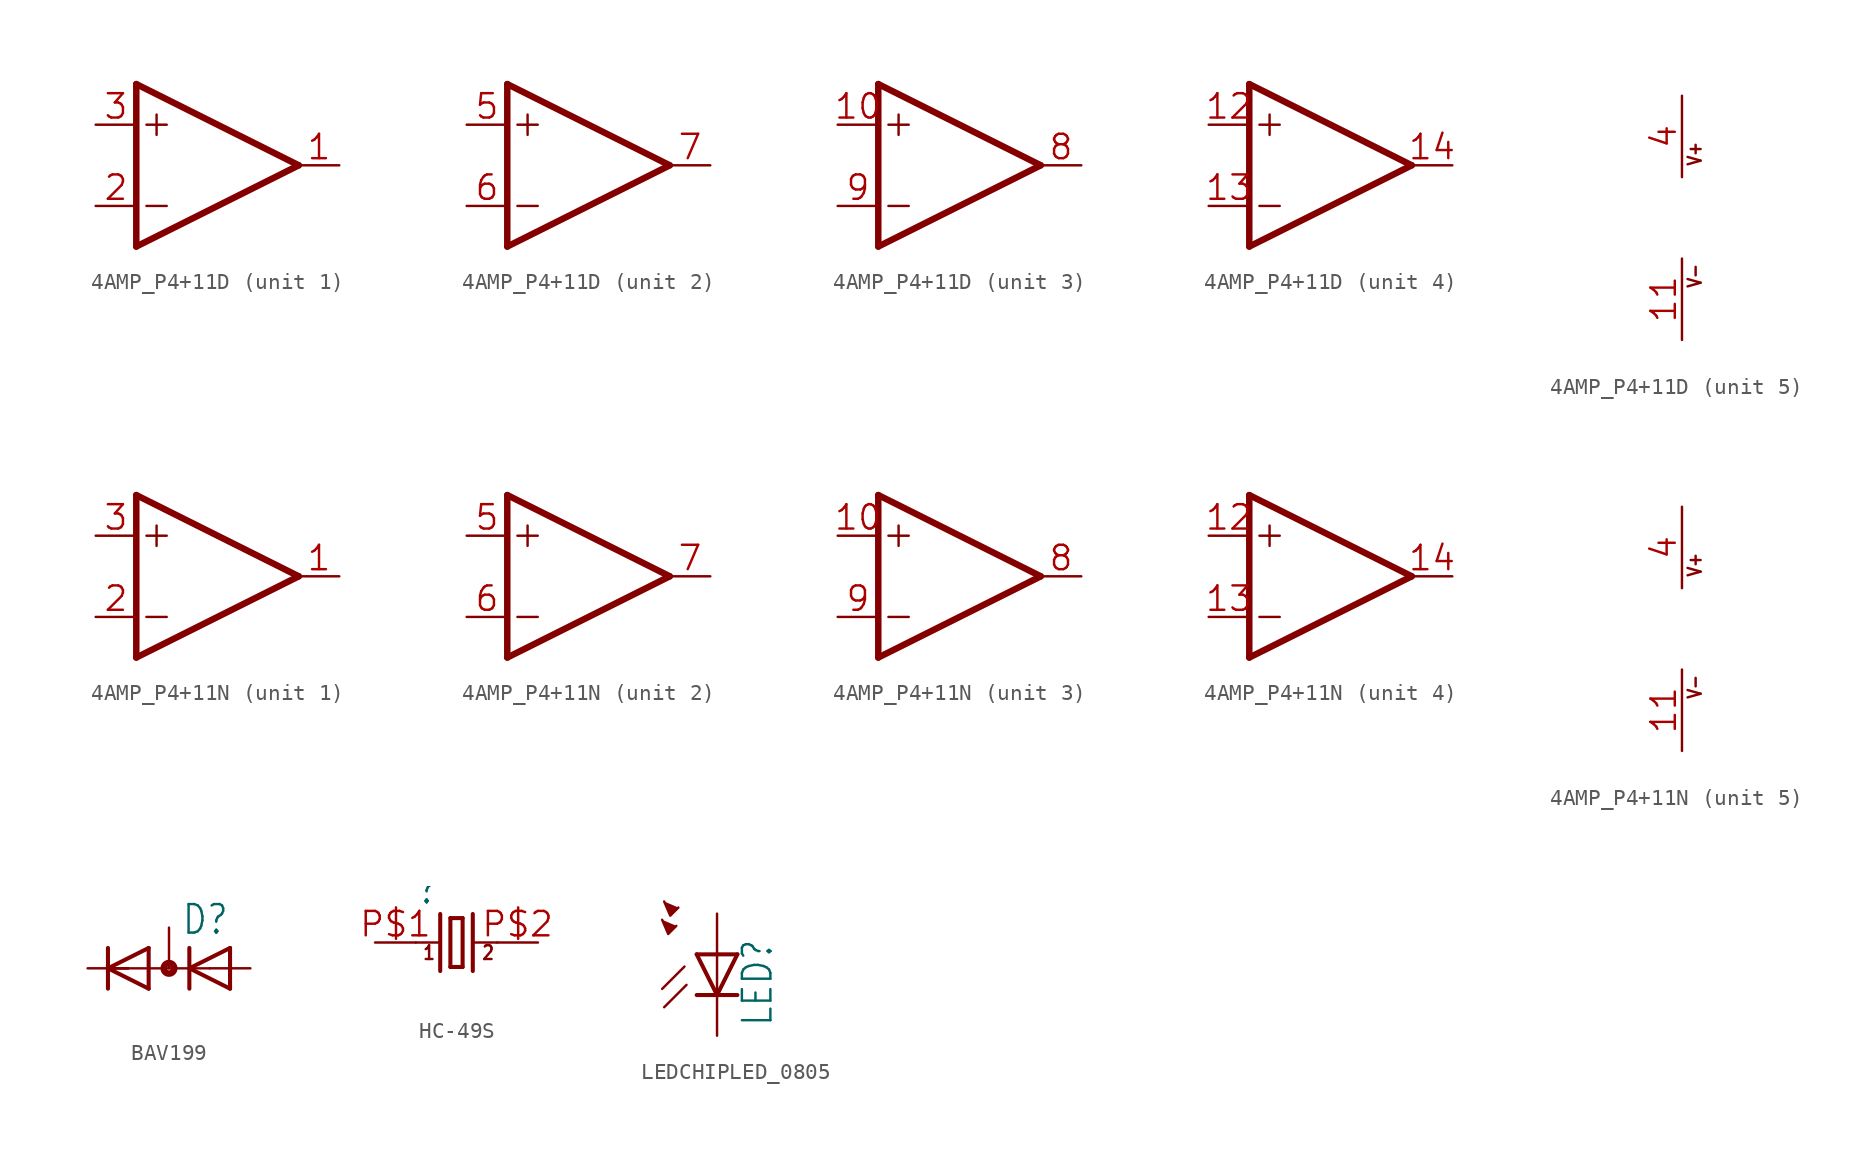
<source format=kicad_sym>
(kicad_symbol_lib
  (version 20241209)
  (generator "kicad_symbol_editor")
  (generator_version "9.0")
  (symbol "4AMP_P4+11D"
    (property "Reference" "IC"
      (at 2.54 3.175 0)
      (effects (font (size 1.778 1.511)) (justify left bottom) (hide yes)))
    (property "ki_locked" ""
      (at 0 0 0)
      (effects (font (size 1.27 1.27))))
    (symbol "4AMP_P4+11D_1_0"
      (polyline (pts (xy -5.08 5.08) (xy -5.08 -5.08)) (stroke (width 0.406) (type solid)) (fill (type none)))
      (polyline (pts (xy -5.08 -5.08) (xy 5.08 0)) (stroke (width 0.406) (type solid)) (fill (type none)))
      (polyline (pts (xy -4.445 2.54) (xy -3.175 2.54)) (stroke (width 0.152) (type solid)) (fill (type none)))
      (polyline (pts (xy -4.445 -2.54) (xy -3.175 -2.54)) (stroke (width 0.152) (type solid)) (fill (type none)))
      (polyline (pts (xy -3.81 3.175) (xy -3.81 1.905)) (stroke (width 0.152) (type solid)) (fill (type none)))
      (polyline (pts (xy 5.08 0) (xy -5.08 5.08)) (stroke (width 0.406) (type solid)) (fill (type none)))
      (pin input line (at -7.62 2.54 0) (length 2.54) (name "+IN" (effects (font (size 0 0)))) (number "3" (effects (font (size 1.524 1.524)))))
      (pin input line (at -7.62 -2.54 0) (length 2.54) (name "-IN" (effects (font (size 0 0)))) (number "2" (effects (font (size 1.524 1.524)))))
      (pin output line (at 7.62 0 180) (length 2.54) (name "OUT" (effects (font (size 0 0)))) (number "1" (effects (font (size 1.524 1.524))))))
    (symbol "4AMP_P4+11D_2_0"
      (polyline (pts (xy -5.08 5.08) (xy -5.08 -5.08)) (stroke (width 0.406) (type solid)) (fill (type none)))
      (polyline (pts (xy -5.08 -5.08) (xy 5.08 0)) (stroke (width 0.406) (type solid)) (fill (type none)))
      (polyline (pts (xy -4.445 2.54) (xy -3.175 2.54)) (stroke (width 0.152) (type solid)) (fill (type none)))
      (polyline (pts (xy -4.445 -2.54) (xy -3.175 -2.54)) (stroke (width 0.152) (type solid)) (fill (type none)))
      (polyline (pts (xy -3.81 3.175) (xy -3.81 1.905)) (stroke (width 0.152) (type solid)) (fill (type none)))
      (polyline (pts (xy 5.08 0) (xy -5.08 5.08)) (stroke (width 0.406) (type solid)) (fill (type none)))
      (pin input line (at -7.62 2.54 0) (length 2.54) (name "+IN" (effects (font (size 0 0)))) (number "5" (effects (font (size 1.524 1.524)))))
      (pin input line (at -7.62 -2.54 0) (length 2.54) (name "-IN" (effects (font (size 0 0)))) (number "6" (effects (font (size 1.524 1.524)))))
      (pin output line (at 7.62 0 180) (length 2.54) (name "OUT" (effects (font (size 0 0)))) (number "7" (effects (font (size 1.524 1.524))))))
    (symbol "4AMP_P4+11D_3_0"
      (polyline (pts (xy -5.08 5.08) (xy -5.08 -5.08)) (stroke (width 0.406) (type solid)) (fill (type none)))
      (polyline (pts (xy -5.08 -5.08) (xy 5.08 0)) (stroke (width 0.406) (type solid)) (fill (type none)))
      (polyline (pts (xy -4.445 2.54) (xy -3.175 2.54)) (stroke (width 0.152) (type solid)) (fill (type none)))
      (polyline (pts (xy -4.445 -2.54) (xy -3.175 -2.54)) (stroke (width 0.152) (type solid)) (fill (type none)))
      (polyline (pts (xy -3.81 3.175) (xy -3.81 1.905)) (stroke (width 0.152) (type solid)) (fill (type none)))
      (polyline (pts (xy 5.08 0) (xy -5.08 5.08)) (stroke (width 0.406) (type solid)) (fill (type none)))
      (pin input line (at -7.62 2.54 0) (length 2.54) (name "+IN" (effects (font (size 0 0)))) (number "10" (effects (font (size 1.524 1.524)))))
      (pin input line (at -7.62 -2.54 0) (length 2.54) (name "-IN" (effects (font (size 0 0)))) (number "9" (effects (font (size 1.524 1.524)))))
      (pin output line (at 7.62 0 180) (length 2.54) (name "OUT" (effects (font (size 0 0)))) (number "8" (effects (font (size 1.524 1.524))))))
    (symbol "4AMP_P4+11D_4_0"
      (polyline (pts (xy -5.08 5.08) (xy -5.08 -5.08)) (stroke (width 0.406) (type solid)) (fill (type none)))
      (polyline (pts (xy -5.08 -5.08) (xy 5.08 0)) (stroke (width 0.406) (type solid)) (fill (type none)))
      (polyline (pts (xy -4.445 2.54) (xy -3.175 2.54)) (stroke (width 0.152) (type solid)) (fill (type none)))
      (polyline (pts (xy -4.445 -2.54) (xy -3.175 -2.54)) (stroke (width 0.152) (type solid)) (fill (type none)))
      (polyline (pts (xy -3.81 3.175) (xy -3.81 1.905)) (stroke (width 0.152) (type solid)) (fill (type none)))
      (polyline (pts (xy 5.08 0) (xy -5.08 5.08)) (stroke (width 0.406) (type solid)) (fill (type none)))
      (pin input line (at -7.62 2.54 0) (length 2.54) (name "+IN" (effects (font (size 0 0)))) (number "12" (effects (font (size 1.524 1.524)))))
      (pin input line (at -7.62 -2.54 0) (length 2.54) (name "-IN" (effects (font (size 0 0)))) (number "13" (effects (font (size 1.524 1.524)))))
      (pin output line (at 7.62 0 180) (length 2.54) (name "OUT" (effects (font (size 0 0)))) (number "14" (effects (font (size 1.524 1.524))))))
    (symbol "4AMP_P4+11D_5_0"
      (text "V+" (at 1.27 3.175 900) (effects (font (size 0.813 0.691)) (justify left bottom)))
      (text "V-" (at 1.27 -4.445 900) (effects (font (size 0.813 0.691)) (justify left bottom)))
      (pin power_in line (at 0 7.62 270) (length 5.08) (name "V+" (effects (font (size 0 0)))) (number "4" (effects (font (size 1.524 1.524)))))
      (pin power_in line (at 0 -7.62 90) (length 5.08) (name "V-" (effects (font (size 0 0)))) (number "11" (effects (font (size 1.524 1.524)))))))
  (symbol "4AMP_P4+11N"
    (property "Reference" "IC"
      (at 2.54 3.175 0)
      (effects (font (size 1.778 1.511)) (justify left bottom) (hide yes)))
    (property "ki_locked" ""
      (at 0 0 0)
      (effects (font (size 1.27 1.27))))
    (symbol "4AMP_P4+11N_1_0"
      (polyline (pts (xy -5.08 5.08) (xy -5.08 -5.08)) (stroke (width 0.406) (type solid)) (fill (type none)))
      (polyline (pts (xy -5.08 -5.08) (xy 5.08 0)) (stroke (width 0.406) (type solid)) (fill (type none)))
      (polyline (pts (xy -4.445 2.54) (xy -3.175 2.54)) (stroke (width 0.152) (type solid)) (fill (type none)))
      (polyline (pts (xy -4.445 -2.54) (xy -3.175 -2.54)) (stroke (width 0.152) (type solid)) (fill (type none)))
      (polyline (pts (xy -3.81 3.175) (xy -3.81 1.905)) (stroke (width 0.152) (type solid)) (fill (type none)))
      (polyline (pts (xy 5.08 0) (xy -5.08 5.08)) (stroke (width 0.406) (type solid)) (fill (type none)))
      (pin input line (at -7.62 2.54 0) (length 2.54) (name "+IN" (effects (font (size 0 0)))) (number "3" (effects (font (size 1.524 1.524)))))
      (pin input line (at -7.62 -2.54 0) (length 2.54) (name "-IN" (effects (font (size 0 0)))) (number "2" (effects (font (size 1.524 1.524)))))
      (pin output line (at 7.62 0 180) (length 2.54) (name "OUT" (effects (font (size 0 0)))) (number "1" (effects (font (size 1.524 1.524))))))
    (symbol "4AMP_P4+11N_2_0"
      (polyline (pts (xy -5.08 5.08) (xy -5.08 -5.08)) (stroke (width 0.406) (type solid)) (fill (type none)))
      (polyline (pts (xy -5.08 -5.08) (xy 5.08 0)) (stroke (width 0.406) (type solid)) (fill (type none)))
      (polyline (pts (xy -4.445 2.54) (xy -3.175 2.54)) (stroke (width 0.152) (type solid)) (fill (type none)))
      (polyline (pts (xy -4.445 -2.54) (xy -3.175 -2.54)) (stroke (width 0.152) (type solid)) (fill (type none)))
      (polyline (pts (xy -3.81 3.175) (xy -3.81 1.905)) (stroke (width 0.152) (type solid)) (fill (type none)))
      (polyline (pts (xy 5.08 0) (xy -5.08 5.08)) (stroke (width 0.406) (type solid)) (fill (type none)))
      (pin input line (at -7.62 2.54 0) (length 2.54) (name "+IN" (effects (font (size 0 0)))) (number "5" (effects (font (size 1.524 1.524)))))
      (pin input line (at -7.62 -2.54 0) (length 2.54) (name "-IN" (effects (font (size 0 0)))) (number "6" (effects (font (size 1.524 1.524)))))
      (pin output line (at 7.62 0 180) (length 2.54) (name "OUT" (effects (font (size 0 0)))) (number "7" (effects (font (size 1.524 1.524))))))
    (symbol "4AMP_P4+11N_3_0"
      (polyline (pts (xy -5.08 5.08) (xy -5.08 -5.08)) (stroke (width 0.406) (type solid)) (fill (type none)))
      (polyline (pts (xy -5.08 -5.08) (xy 5.08 0)) (stroke (width 0.406) (type solid)) (fill (type none)))
      (polyline (pts (xy -4.445 2.54) (xy -3.175 2.54)) (stroke (width 0.152) (type solid)) (fill (type none)))
      (polyline (pts (xy -4.445 -2.54) (xy -3.175 -2.54)) (stroke (width 0.152) (type solid)) (fill (type none)))
      (polyline (pts (xy -3.81 3.175) (xy -3.81 1.905)) (stroke (width 0.152) (type solid)) (fill (type none)))
      (polyline (pts (xy 5.08 0) (xy -5.08 5.08)) (stroke (width 0.406) (type solid)) (fill (type none)))
      (pin input line (at -7.62 2.54 0) (length 2.54) (name "+IN" (effects (font (size 0 0)))) (number "10" (effects (font (size 1.524 1.524)))))
      (pin input line (at -7.62 -2.54 0) (length 2.54) (name "-IN" (effects (font (size 0 0)))) (number "9" (effects (font (size 1.524 1.524)))))
      (pin output line (at 7.62 0 180) (length 2.54) (name "OUT" (effects (font (size 0 0)))) (number "8" (effects (font (size 1.524 1.524))))))
    (symbol "4AMP_P4+11N_4_0"
      (polyline (pts (xy -5.08 5.08) (xy -5.08 -5.08)) (stroke (width 0.406) (type solid)) (fill (type none)))
      (polyline (pts (xy -5.08 -5.08) (xy 5.08 0)) (stroke (width 0.406) (type solid)) (fill (type none)))
      (polyline (pts (xy -4.445 2.54) (xy -3.175 2.54)) (stroke (width 0.152) (type solid)) (fill (type none)))
      (polyline (pts (xy -4.445 -2.54) (xy -3.175 -2.54)) (stroke (width 0.152) (type solid)) (fill (type none)))
      (polyline (pts (xy -3.81 3.175) (xy -3.81 1.905)) (stroke (width 0.152) (type solid)) (fill (type none)))
      (polyline (pts (xy 5.08 0) (xy -5.08 5.08)) (stroke (width 0.406) (type solid)) (fill (type none)))
      (pin input line (at -7.62 2.54 0) (length 2.54) (name "+IN" (effects (font (size 0 0)))) (number "12" (effects (font (size 1.524 1.524)))))
      (pin input line (at -7.62 -2.54 0) (length 2.54) (name "-IN" (effects (font (size 0 0)))) (number "13" (effects (font (size 1.524 1.524)))))
      (pin output line (at 7.62 0 180) (length 2.54) (name "OUT" (effects (font (size 0 0)))) (number "14" (effects (font (size 1.524 1.524))))))
    (symbol "4AMP_P4+11N_5_0"
      (text "V+" (at 1.27 3.175 900) (effects (font (size 0.813 0.691)) (justify left bottom)))
      (text "V-" (at 1.27 -4.445 900) (effects (font (size 0.813 0.691)) (justify left bottom)))
      (pin power_in line (at 0 7.62 270) (length 5.08) (name "V+" (effects (font (size 0 0)))) (number "4" (effects (font (size 1.524 1.524)))))
      (pin power_in line (at 0 -7.62 90) (length 5.08) (name "V-" (effects (font (size 0 0)))) (number "11" (effects (font (size 1.524 1.524)))))))
  (symbol "BAV199"
    (property "Reference" "D"
      (at 0.762 2.007 0)
      (effects (font (size 1.778 1.511)) (justify left bottom)))
    (property "Value" ""
      (at -4.826 -3.454 0)
      (effects (font (size 1.778 1.511)) (justify left bottom)))
    (property "ki_locked" ""
      (at 0 0 0)
      (effects (font (size 1.27 1.27))))
    (symbol "BAV199_1_0"
      (polyline (pts (xy -3.81 0) (xy -3.81 1.27)) (stroke (width 0.254) (type solid)) (fill (type none)))
      (polyline (pts (xy -3.81 0) (xy -1.27 -1.27)) (stroke (width 0.254) (type solid)) (fill (type none)))
      (polyline (pts (xy -3.81 0) (xy 1.27 0)) (stroke (width 0.152) (type solid)) (fill (type none)))
      (polyline (pts (xy -3.81 -1.27) (xy -3.81 0)) (stroke (width 0.254) (type solid)) (fill (type none)))
      (polyline (pts (xy -2.54 0) (xy -3.81 0)) (stroke (width 0.152) (type solid)) (fill (type none)))
      (polyline (pts (xy -1.27 1.27) (xy -3.81 0)) (stroke (width 0.254) (type solid)) (fill (type none)))
      (polyline (pts (xy -1.27 -1.27) (xy -1.27 1.27)) (stroke (width 0.254) (type solid)) (fill (type none)))
      (circle (center 0 0) (radius 0.127) (stroke (width 0.406) (type solid)) (fill (type none)))
      (polyline (pts (xy 1.27 0) (xy 1.27 1.27)) (stroke (width 0.254) (type solid)) (fill (type none)))
      (polyline (pts (xy 1.27 0) (xy 3.81 -1.27)) (stroke (width 0.254) (type solid)) (fill (type none)))
      (polyline (pts (xy 1.27 -1.27) (xy 1.27 0)) (stroke (width 0.254) (type solid)) (fill (type none)))
      (polyline (pts (xy 2.54 0) (xy 1.27 0)) (stroke (width 0.152) (type solid)) (fill (type none)))
      (polyline (pts (xy 3.81 1.27) (xy 1.27 0)) (stroke (width 0.254) (type solid)) (fill (type none)))
      (polyline (pts (xy 3.81 -1.27) (xy 3.81 1.27)) (stroke (width 0.254) (type solid)) (fill (type none)))
      (pin passive line (at -5.08 0 0) (length 2.54) (name "C" (effects (font (size 0 0)))) (number "2" (effects (font (size 0 0)))))
      (pin passive line (at 0 2.54 270) (length 2.54) (name "AC" (effects (font (size 0 0)))) (number "3" (effects (font (size 0 0)))))
      (pin passive line (at 5.08 0 180) (length 2.54) (name "A" (effects (font (size 0 0)))) (number "1" (effects (font (size 0 0)))))))
  (symbol "HC-49S"
    (property "Reference" ""
      (at -2.54 2.286 0)
      (effects (font (size 1.778 1.511)) (justify left bottom)))
    (property "Value" ""
      (at -2.54 -3.81 0)
      (effects (font (size 1.778 1.511)) (justify left bottom)))
    (property "ki_locked" ""
      (at 0 0 0)
      (effects (font (size 1.27 1.27))))
    (symbol "HC-49S_1_0"
      (polyline (pts (xy -2.54 0) (xy -1.016 0)) (stroke (width 0.152) (type solid)) (fill (type none)))
      (polyline (pts (xy -1.016 1.778) (xy -1.016 -1.778)) (stroke (width 0.254) (type solid)) (fill (type none)))
      (polyline (pts (xy -0.381 1.524) (xy -0.381 -1.524)) (stroke (width 0.254) (type solid)) (fill (type none)))
      (polyline (pts (xy -0.381 -1.524) (xy 0.381 -1.524)) (stroke (width 0.254) (type solid)) (fill (type none)))
      (polyline (pts (xy 0.381 1.524) (xy -0.381 1.524)) (stroke (width 0.254) (type solid)) (fill (type none)))
      (polyline (pts (xy 0.381 -1.524) (xy 0.381 1.524)) (stroke (width 0.254) (type solid)) (fill (type none)))
      (polyline (pts (xy 1.016 1.778) (xy 1.016 -1.778)) (stroke (width 0.254) (type solid)) (fill (type none)))
      (polyline (pts (xy 1.016 0) (xy 2.54 0)) (stroke (width 0.152) (type solid)) (fill (type none)))
      (text "1" (at -2.159 -1.143 0) (effects (font (size 0.864 0.734)) (justify left bottom)))
      (text "2" (at 1.524 -1.143 0) (effects (font (size 0.864 0.734)) (justify left bottom)))
      (pin passive line (at -5.08 0 0) (length 2.54) (name "1" (effects (font (size 0 0)))) (number "P$1" (effects (font (size 1.524 1.524)))))
      (pin passive line (at 5.08 0 180) (length 2.54) (name "2" (effects (font (size 0 0)))) (number "P$2" (effects (font (size 1.524 1.524)))))))
  (symbol "LEDCHIPLED_0805"
    (property "Reference" "LED"
      (at 3.556 -4.572 90)
      (effects (font (size 1.778 1.511)) (justify left bottom)))
    (property "Value" ""
      (at 5.715 -4.572 90)
      (effects (font (size 1.778 1.511)) (justify left bottom)))
    (property "ki_locked" ""
      (at 0 0 0)
      (effects (font (size 1.27 1.27))))
    (symbol "LEDCHIPLED_0805_1_0"
      (polyline (pts (xy -3.429 2.159) (xy -3.048 1.27) (xy -2.54 1.778)) (stroke (width 0.152) (type solid)) (fill (type outline)))
      (polyline (pts (xy -3.302 3.302) (xy -2.921 2.413) (xy -2.413 2.921)) (stroke (width 0.152) (type solid)) (fill (type outline)))
      (polyline (pts (xy -2.032 -0.762) (xy -3.429 -2.159)) (stroke (width 0.152) (type solid)) (fill (type none)))
      (polyline (pts (xy -1.905 -1.905) (xy -3.302 -3.302)) (stroke (width 0.152) (type solid)) (fill (type none)))
      (polyline (pts (xy 0 0) (xy -1.27 0)) (stroke (width 0.254) (type solid)) (fill (type none)))
      (polyline (pts (xy 0 0) (xy 0 -2.54)) (stroke (width 0.152) (type solid)) (fill (type none)))
      (polyline (pts (xy 0 -2.54) (xy -1.27 0)) (stroke (width 0.254) (type solid)) (fill (type none)))
      (polyline (pts (xy 0 -2.54) (xy -1.27 -2.54)) (stroke (width 0.254) (type solid)) (fill (type none)))
      (polyline (pts (xy 1.27 0) (xy 0 0)) (stroke (width 0.254) (type solid)) (fill (type none)))
      (polyline (pts (xy 1.27 0) (xy 0 -2.54)) (stroke (width 0.254) (type solid)) (fill (type none)))
      (polyline (pts (xy 1.27 -2.54) (xy 0 -2.54)) (stroke (width 0.254) (type solid)) (fill (type none)))
      (pin passive line (at 0 2.54 270) (length 2.54) (name "A" (effects (font (size 0 0)))) (number "A" (effects (font (size 0 0)))))
      (pin passive line (at 0 -5.08 90) (length 2.54) (name "C" (effects (font (size 0 0)))) (number "C" (effects (font (size 0 0))))))))
</source>
